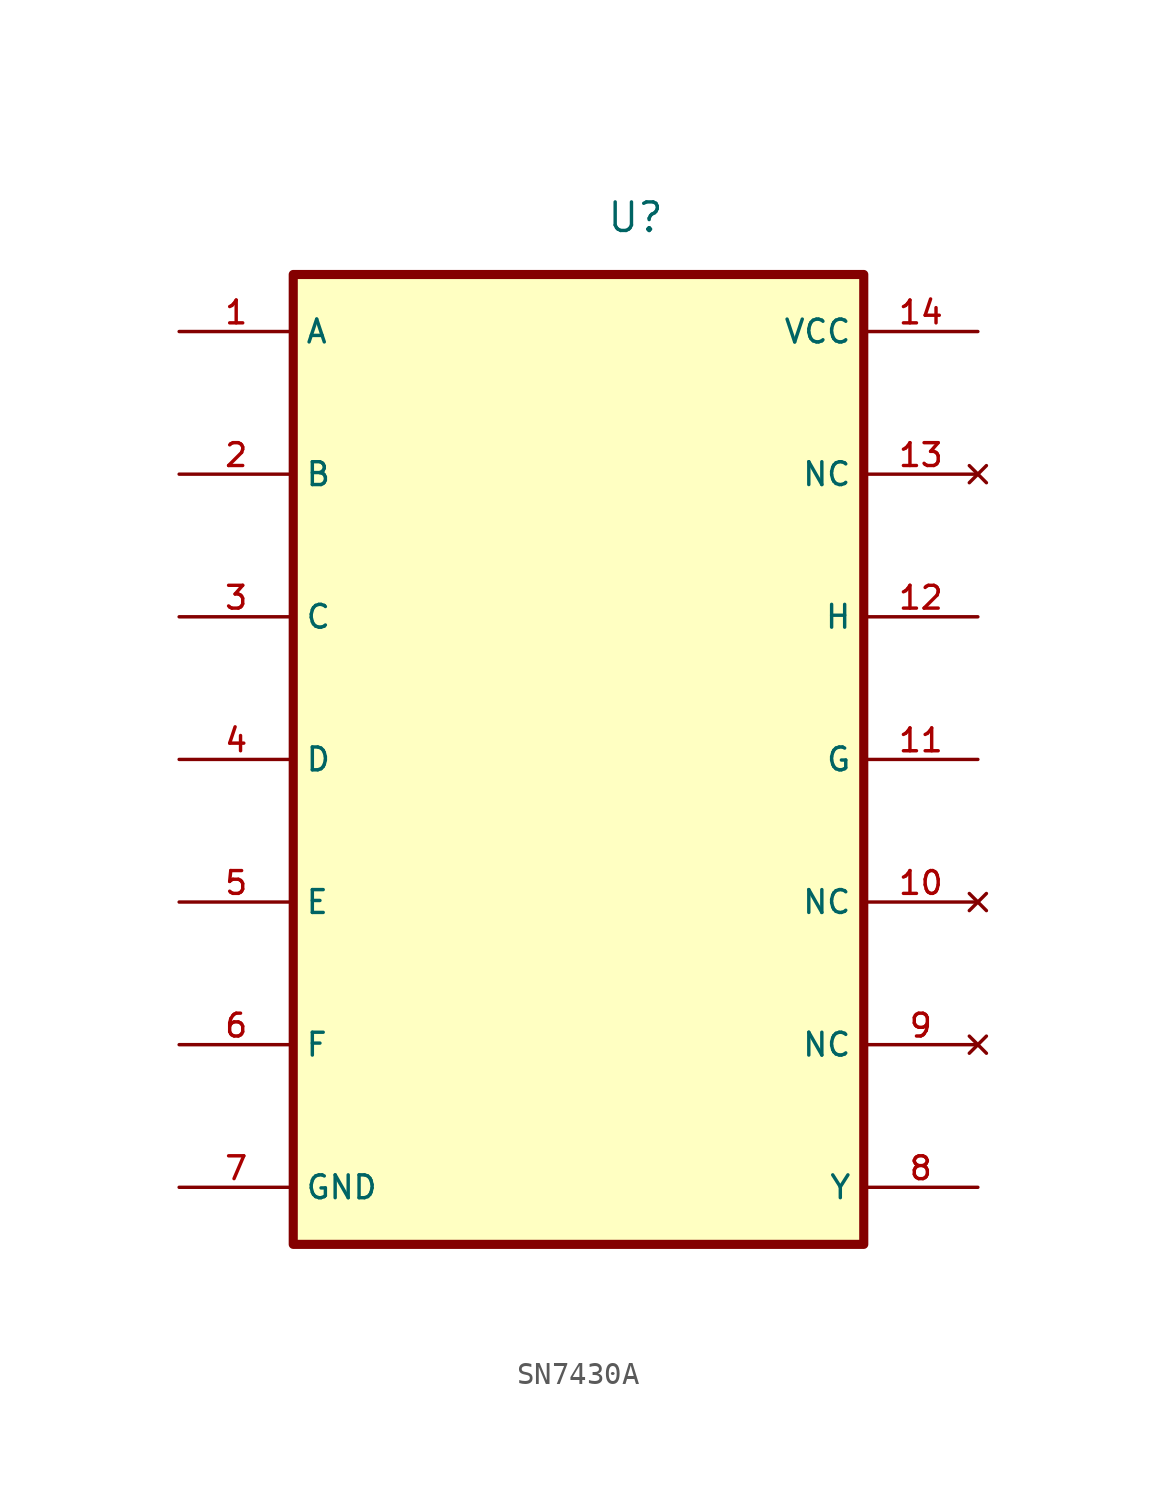
<source format=kicad_sym>
(kicad_symbol_lib
  (version 20220914)
  (generator kicad_symbol_editor)
  (symbol "SN7430A"
    (property "Reference" "U"
      (at 2.54 24.13 0)
      (effects (font (size 1.27 1.27))))
    (property "Value" ""
      (at 0 0 0)
      (effects (font (size 1.27 1.27))))
    (symbol "SN7430A_0_0"
      (rectangle (start -12.7 21.59) (end 12.7 -21.59) (stroke (width 0.406) (type default)) (fill (type background)))
      (pin passive line (at -17.78 -19.05 0) (length 5.08) (name "GND" (effects (font (size 1.016 1.016)))) (number "7" (effects (font (size 1.016 1.016))))))
    (symbol "SN7430A_1_0"
      (pin input line (at -17.78 19.05 0) (length 5.08) (name "A" (effects (font (size 1.016 1.016)))) (number "1" (effects (font (size 1.016 1.016)))))
      (pin no_connect line (at 17.78 -6.35 180) (length 5.08) (name "NC" (effects (font (size 1.016 1.016)))) (number "10" (effects (font (size 1.016 1.016)))))
      (pin input line (at 17.78 0 180) (length 5.08) (name "G" (effects (font (size 1.016 1.016)))) (number "11" (effects (font (size 1.016 1.016)))))
      (pin input line (at 17.78 6.35 180) (length 5.08) (name "H" (effects (font (size 1.016 1.016)))) (number "12" (effects (font (size 1.016 1.016)))))
      (pin no_connect line (at 17.78 12.7 180) (length 5.08) (name "NC" (effects (font (size 1.016 1.016)))) (number "13" (effects (font (size 1.016 1.016)))))
      (pin power_in line (at 17.78 19.05 180) (length 5.08) (name "VCC" (effects (font (size 1.016 1.016)))) (number "14" (effects (font (size 1.016 1.016)))))
      (pin input line (at -17.78 12.7 0) (length 5.08) (name "B" (effects (font (size 1.016 1.016)))) (number "2" (effects (font (size 1.016 1.016)))))
      (pin input line (at -17.78 6.35 0) (length 5.08) (name "C" (effects (font (size 1.016 1.016)))) (number "3" (effects (font (size 1.016 1.016)))))
      (pin input line (at -17.78 0 0) (length 5.08) (name "D" (effects (font (size 1.016 1.016)))) (number "4" (effects (font (size 1.016 1.016)))))
      (pin input line (at -17.78 -6.35 0) (length 5.08) (name "E" (effects (font (size 1.016 1.016)))) (number "5" (effects (font (size 1.016 1.016)))))
      (pin input line (at -17.78 -12.7 0) (length 5.08) (name "F" (effects (font (size 1.016 1.016)))) (number "6" (effects (font (size 1.016 1.016)))))
      (pin output line (at 17.78 -19.05 180) (length 5.08) (name "Y" (effects (font (size 1.016 1.016)))) (number "8" (effects (font (size 1.016 1.016)))))
      (pin no_connect line (at 17.78 -12.7 180) (length 5.08) (name "NC" (effects (font (size 1.016 1.016)))) (number "9" (effects (font (size 1.016 1.016))))))))
</source>
